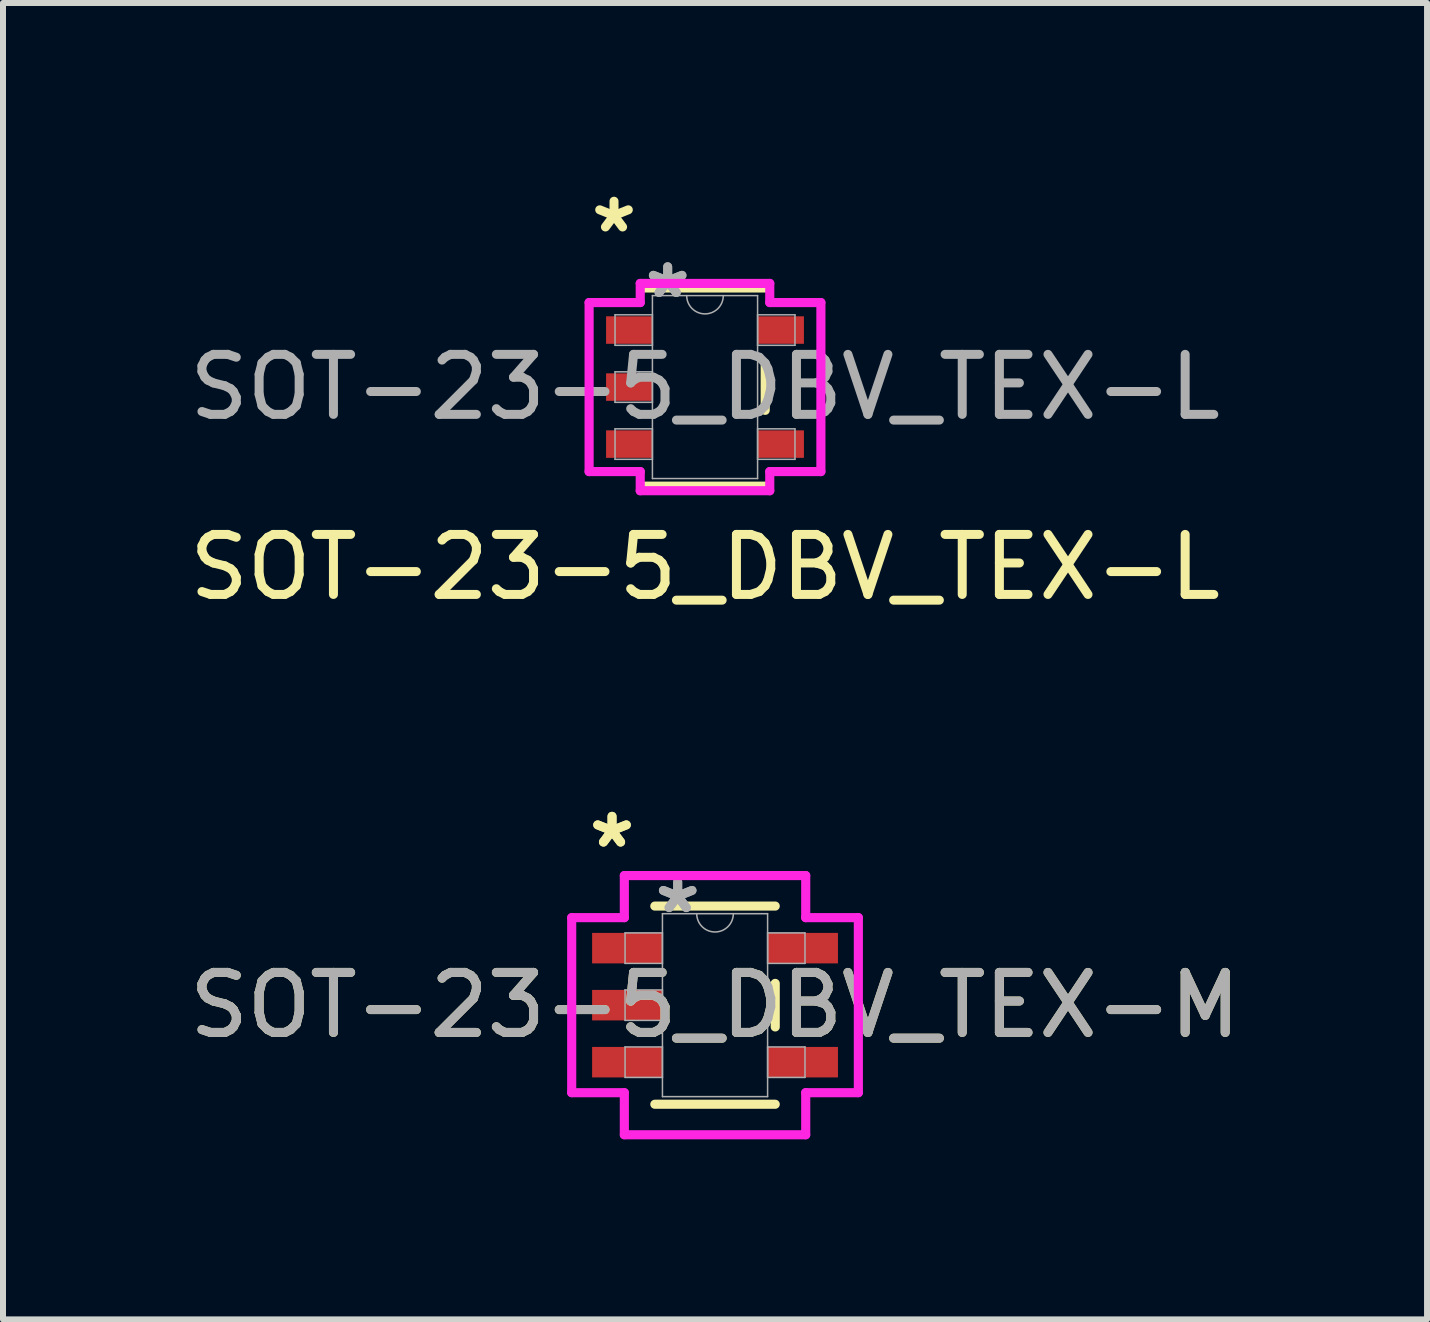
<source format=kicad_pcb>
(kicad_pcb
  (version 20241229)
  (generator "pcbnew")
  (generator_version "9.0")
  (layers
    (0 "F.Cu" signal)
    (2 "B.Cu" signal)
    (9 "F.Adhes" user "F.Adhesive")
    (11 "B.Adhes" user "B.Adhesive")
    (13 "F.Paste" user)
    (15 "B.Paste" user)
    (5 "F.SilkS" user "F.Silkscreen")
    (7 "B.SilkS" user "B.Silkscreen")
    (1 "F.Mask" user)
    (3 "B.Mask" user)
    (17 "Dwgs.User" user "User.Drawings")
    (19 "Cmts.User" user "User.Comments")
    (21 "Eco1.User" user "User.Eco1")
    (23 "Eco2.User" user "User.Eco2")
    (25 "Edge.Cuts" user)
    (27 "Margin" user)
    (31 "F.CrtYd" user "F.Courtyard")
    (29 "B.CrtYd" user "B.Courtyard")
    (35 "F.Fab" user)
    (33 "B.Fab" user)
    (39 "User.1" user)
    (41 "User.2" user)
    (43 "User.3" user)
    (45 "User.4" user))
  (footprint "SOT-23-5_DBV_TEX-M"
    (layer "F.Cu")
    (at 8.863 13.697)
    (property "Reference" "SOT-23-5_DBV_TEX-M" (at 0 0 0) (unlocked yes) (layer "F.SilkS") (effects (font (size 1 1) (thickness 0.15))))
    (attr smd)
    (fp_line (start -1.003 1.651) (end 1.003 1.651) (stroke (width 0.152) (type solid)) (layer "F.SilkS"))
    (fp_line (start 1.003 -1.651) (end -1.003 -1.651) (stroke (width 0.152) (type solid)) (layer "F.SilkS"))
    (fp_line (start 1.003 0.363) (end 1.003 -0.363) (stroke (width 0.152) (type solid)) (layer "F.SilkS"))
    (fp_line (start -2.388 -1.458) (end -1.511 -1.458) (stroke (width 0.152) (type solid)) (layer "F.CrtYd"))
    (fp_line (start -2.388 1.458) (end -2.388 -1.458) (stroke (width 0.152) (type solid)) (layer "F.CrtYd"))
    (fp_line (start -1.511 -2.159) (end 1.511 -2.159) (stroke (width 0.152) (type solid)) (layer "F.CrtYd"))
    (fp_line (start -1.511 -1.458) (end -1.511 -2.159) (stroke (width 0.152) (type solid)) (layer "F.CrtYd"))
    (fp_line (start -1.511 1.458) (end -2.388 1.458) (stroke (width 0.152) (type solid)) (layer "F.CrtYd"))
    (fp_line (start -1.511 2.159) (end -1.511 1.458) (stroke (width 0.152) (type solid)) (layer "F.CrtYd"))
    (fp_line (start 1.511 -2.159) (end 1.511 -1.458) (stroke (width 0.152) (type solid)) (layer "F.CrtYd"))
    (fp_line (start 1.511 -1.458) (end 2.388 -1.458) (stroke (width 0.152) (type solid)) (layer "F.CrtYd"))
    (fp_line (start 1.511 1.458) (end 1.511 2.159) (stroke (width 0.152) (type solid)) (layer "F.CrtYd"))
    (fp_line (start 1.511 2.159) (end -1.511 2.159) (stroke (width 0.152) (type solid)) (layer "F.CrtYd"))
    (fp_line (start 2.388 -1.458) (end 2.388 1.458) (stroke (width 0.152) (type solid)) (layer "F.CrtYd"))
    (fp_line (start 2.388 1.458) (end 1.511 1.458) (stroke (width 0.152) (type solid)) (layer "F.CrtYd"))
    (fp_line (start -1.499 -1.204) (end -1.499 -0.696) (stroke (width 0.025) (type solid)) (layer "F.Fab"))
    (fp_line (start -1.499 -0.696) (end -0.876 -0.696) (stroke (width 0.025) (type solid)) (layer "F.Fab"))
    (fp_line (start -1.499 -0.254) (end -1.499 0.254) (stroke (width 0.025) (type solid)) (layer "F.Fab"))
    (fp_line (start -1.499 0.254) (end -0.876 0.254) (stroke (width 0.025) (type solid)) (layer "F.Fab"))
    (fp_line (start -1.499 0.696) (end -1.499 1.204) (stroke (width 0.025) (type solid)) (layer "F.Fab"))
    (fp_line (start -1.499 1.204) (end -0.876 1.204) (stroke (width 0.025) (type solid)) (layer "F.Fab"))
    (fp_line (start -0.876 -1.524) (end -0.876 1.524) (stroke (width 0.025) (type solid)) (layer "F.Fab"))
    (fp_line (start -0.876 -1.204) (end -1.499 -1.204) (stroke (width 0.025) (type solid)) (layer "F.Fab"))
    (fp_line (start -0.876 -0.696) (end -0.876 -1.204) (stroke (width 0.025) (type solid)) (layer "F.Fab"))
    (fp_line (start -0.876 -0.254) (end -1.499 -0.254) (stroke (width 0.025) (type solid)) (layer "F.Fab"))
    (fp_line (start -0.876 0.254) (end -0.876 -0.254) (stroke (width 0.025) (type solid)) (layer "F.Fab"))
    (fp_line (start -0.876 0.696) (end -1.499 0.696) (stroke (width 0.025) (type solid)) (layer "F.Fab"))
    (fp_line (start -0.876 1.204) (end -0.876 0.696) (stroke (width 0.025) (type solid)) (layer "F.Fab"))
    (fp_line (start -0.876 1.524) (end 0.876 1.524) (stroke (width 0.025) (type solid)) (layer "F.Fab"))
    (fp_line (start 0.876 -1.524) (end -0.876 -1.524) (stroke (width 0.025) (type solid)) (layer "F.Fab"))
    (fp_line (start 0.876 -1.204) (end 0.876 -0.696) (stroke (width 0.025) (type solid)) (layer "F.Fab"))
    (fp_line (start 0.876 -0.696) (end 1.499 -0.696) (stroke (width 0.025) (type solid)) (layer "F.Fab"))
    (fp_line (start 0.876 0.696) (end 0.876 1.204) (stroke (width 0.025) (type solid)) (layer "F.Fab"))
    (fp_line (start 0.876 1.204) (end 1.499 1.204) (stroke (width 0.025) (type solid)) (layer "F.Fab"))
    (fp_line (start 0.876 1.524) (end 0.876 -1.524) (stroke (width 0.025) (type solid)) (layer "F.Fab"))
    (fp_line (start 1.499 -1.204) (end 0.876 -1.204) (stroke (width 0.025) (type solid)) (layer "F.Fab"))
    (fp_line (start 1.499 -0.696) (end 1.499 -1.204) (stroke (width 0.025) (type solid)) (layer "F.Fab"))
    (fp_line (start 1.499 0.696) (end 0.876 0.696) (stroke (width 0.025) (type solid)) (layer "F.Fab"))
    (fp_line (start 1.499 1.204) (end 1.499 0.696) (stroke (width 0.025) (type solid)) (layer "F.Fab"))
    (fp_arc (start 0.3048 -1.524) (mid 0 -1.2192) (end -0.3048 -1.524) (stroke (width 0.0254) (type solid)) (layer "F.Fab"))
    (fp_text user "*" (at -1.716 -2.601 0) (unlocked yes) (layer "F.SilkS") (effects (font (size 1 1) (thickness 0.15))))
    (fp_text user "*" (at -1.716 -2.601 0) (layer "F.SilkS") (effects (font (size 1 1) (thickness 0.15))))
    (fp_text user "*" (at -0.622 -1.509 0) (layer "F.Fab") (effects (font (size 1 1) (thickness 0.15))))
    (fp_text user "${REFERENCE}" (at 0 0 0) (unlocked yes) (layer "F.Fab") (effects (font (size 1 1) (thickness 0.15))))
    (fp_text user "*" (at -0.622 -1.509 0) (unlocked yes) (layer "F.Fab") (effects (font (size 1 1) (thickness 0.15))))
    (pad "1" smd rect (at -1.462 -0.95) (size 1.172 0.508) (layers "F.Cu" "F.Mask" "F.Paste"))
    (pad "2" smd rect (at -1.462 0) (size 1.172 0.508) (layers "F.Cu" "F.Mask" "F.Paste"))
    (pad "3" smd rect (at -1.462 0.95) (size 1.172 0.508) (layers "F.Cu" "F.Mask" "F.Paste"))
    (pad "4" smd rect (at 1.462 0.95) (size 1.172 0.508) (layers "F.Cu" "F.Mask" "F.Paste"))
    (pad "5" smd rect (at 1.462 -0.95) (size 1.172 0.508) (layers "F.Cu" "F.Mask" "F.Paste")))
  (footprint "SOT-23-5_DBV_TEX-L"
    (layer "F.Cu")
    (at 8.696 3.399)
    (property "Reference" "SOT-23-5_DBV_TEX-L" (at 0 3 0) (unlocked yes) (layer "F.SilkS") (effects (font (size 1 1) (thickness 0.15))))
    (attr smd)
    (fp_line (start -1.003 1.651) (end 1.003 1.651) (stroke (width 0.152) (type solid)) (layer "F.SilkS"))
    (fp_line (start 1.003 -1.651) (end -1.003 -1.651) (stroke (width 0.152) (type solid)) (layer "F.SilkS"))
    (fp_line (start 1.003 0.388) (end 1.003 -0.388) (stroke (width 0.152) (type solid)) (layer "F.SilkS"))
    (fp_line (start -1.931 -1.408) (end -1.079 -1.408) (stroke (width 0.152) (type solid)) (layer "F.CrtYd"))
    (fp_line (start -1.931 1.408) (end -1.931 -1.408) (stroke (width 0.152) (type solid)) (layer "F.CrtYd"))
    (fp_line (start -1.079 -1.727) (end 1.079 -1.727) (stroke (width 0.152) (type solid)) (layer "F.CrtYd"))
    (fp_line (start -1.079 -1.408) (end -1.079 -1.727) (stroke (width 0.152) (type solid)) (layer "F.CrtYd"))
    (fp_line (start -1.079 1.408) (end -1.931 1.408) (stroke (width 0.152) (type solid)) (layer "F.CrtYd"))
    (fp_line (start -1.079 1.727) (end -1.079 1.408) (stroke (width 0.152) (type solid)) (layer "F.CrtYd"))
    (fp_line (start 1.079 -1.727) (end 1.079 -1.408) (stroke (width 0.152) (type solid)) (layer "F.CrtYd"))
    (fp_line (start 1.079 -1.408) (end 1.931 -1.408) (stroke (width 0.152) (type solid)) (layer "F.CrtYd"))
    (fp_line (start 1.079 1.408) (end 1.079 1.727) (stroke (width 0.152) (type solid)) (layer "F.CrtYd"))
    (fp_line (start 1.079 1.727) (end -1.079 1.727) (stroke (width 0.152) (type solid)) (layer "F.CrtYd"))
    (fp_line (start 1.931 -1.408) (end 1.931 1.408) (stroke (width 0.152) (type solid)) (layer "F.CrtYd"))
    (fp_line (start 1.931 1.408) (end 1.079 1.408) (stroke (width 0.152) (type solid)) (layer "F.CrtYd"))
    (fp_line (start -1.499 -1.204) (end -1.499 -0.696) (stroke (width 0.025) (type solid)) (layer "F.Fab"))
    (fp_line (start -1.499 -0.696) (end -0.876 -0.696) (stroke (width 0.025) (type solid)) (layer "F.Fab"))
    (fp_line (start -1.499 -0.254) (end -1.499 0.254) (stroke (width 0.025) (type solid)) (layer "F.Fab"))
    (fp_line (start -1.499 0.254) (end -0.876 0.254) (stroke (width 0.025) (type solid)) (layer "F.Fab"))
    (fp_line (start -1.499 0.696) (end -1.499 1.204) (stroke (width 0.025) (type solid)) (layer "F.Fab"))
    (fp_line (start -1.499 1.204) (end -0.876 1.204) (stroke (width 0.025) (type solid)) (layer "F.Fab"))
    (fp_line (start -0.876 -1.524) (end -0.876 1.524) (stroke (width 0.025) (type solid)) (layer "F.Fab"))
    (fp_line (start -0.876 -1.204) (end -1.499 -1.204) (stroke (width 0.025) (type solid)) (layer "F.Fab"))
    (fp_line (start -0.876 -0.696) (end -0.876 -1.204) (stroke (width 0.025) (type solid)) (layer "F.Fab"))
    (fp_line (start -0.876 -0.254) (end -1.499 -0.254) (stroke (width 0.025) (type solid)) (layer "F.Fab"))
    (fp_line (start -0.876 0.254) (end -0.876 -0.254) (stroke (width 0.025) (type solid)) (layer "F.Fab"))
    (fp_line (start -0.876 0.696) (end -1.499 0.696) (stroke (width 0.025) (type solid)) (layer "F.Fab"))
    (fp_line (start -0.876 1.204) (end -0.876 0.696) (stroke (width 0.025) (type solid)) (layer "F.Fab"))
    (fp_line (start -0.876 1.524) (end 0.876 1.524) (stroke (width 0.025) (type solid)) (layer "F.Fab"))
    (fp_line (start 0.876 -1.524) (end -0.876 -1.524) (stroke (width 0.025) (type solid)) (layer "F.Fab"))
    (fp_line (start 0.876 -1.204) (end 0.876 -0.696) (stroke (width 0.025) (type solid)) (layer "F.Fab"))
    (fp_line (start 0.876 -0.696) (end 1.499 -0.696) (stroke (width 0.025) (type solid)) (layer "F.Fab"))
    (fp_line (start 0.876 0.696) (end 0.876 1.204) (stroke (width 0.025) (type solid)) (layer "F.Fab"))
    (fp_line (start 0.876 1.204) (end 1.499 1.204) (stroke (width 0.025) (type solid)) (layer "F.Fab"))
    (fp_line (start 0.876 1.524) (end 0.876 -1.524) (stroke (width 0.025) (type solid)) (layer "F.Fab"))
    (fp_line (start 1.499 -1.204) (end 0.876 -1.204) (stroke (width 0.025) (type solid)) (layer "F.Fab"))
    (fp_line (start 1.499 -0.696) (end 1.499 -1.204) (stroke (width 0.025) (type solid)) (layer "F.Fab"))
    (fp_line (start 1.499 0.696) (end 0.876 0.696) (stroke (width 0.025) (type solid)) (layer "F.Fab"))
    (fp_line (start 1.499 1.204) (end 1.499 0.696) (stroke (width 0.025) (type solid)) (layer "F.Fab"))
    (fp_arc (start 0.3048 -1.524) (mid 0 -1.2192) (end -0.3048 -1.524) (stroke (width 0.0254) (type solid)) (layer "F.Fab"))
    (fp_text user "*" (at -1.516 -2.551 0) (unlocked yes) (layer "F.SilkS") (effects (font (size 1 1) (thickness 0.15))))
    (fp_text user "*" (at -0.622 -1.459 0) (unlocked yes) (layer "F.Fab") (effects (font (size 1 1) (thickness 0.15))))
    (fp_text user "*" (at -0.622 -1.459 0) (layer "F.Fab") (effects (font (size 1 1) (thickness 0.15))))
    (fp_text user "${REFERENCE}" (at 0 0 0) (unlocked yes) (layer "F.Fab") (effects (font (size 1 1) (thickness 0.15))))
    (pad "1" smd rect (at -1.262 -0.95) (size 0.772 0.458) (layers "F.Cu" "F.Mask" "F.Paste"))
    (pad "2" smd rect (at -1.262 0) (size 0.772 0.458) (layers "F.Cu" "F.Mask" "F.Paste"))
    (pad "3" smd rect (at -1.262 0.95) (size 0.772 0.458) (layers "F.Cu" "F.Mask" "F.Paste"))
    (pad "4" smd rect (at 1.262 0.95) (size 0.772 0.458) (layers "F.Cu" "F.Mask" "F.Paste"))
    (pad "5" smd rect (at 1.262 -0.95) (size 0.772 0.458) (layers "F.Cu" "F.Mask" "F.Paste")))
  (gr_rect
    (start -3 -3)
    (end 20.726 18.932)
    (stroke (width 0.1) (type default))
    (fill no)
    (layer "Edge.Cuts")))
</source>
